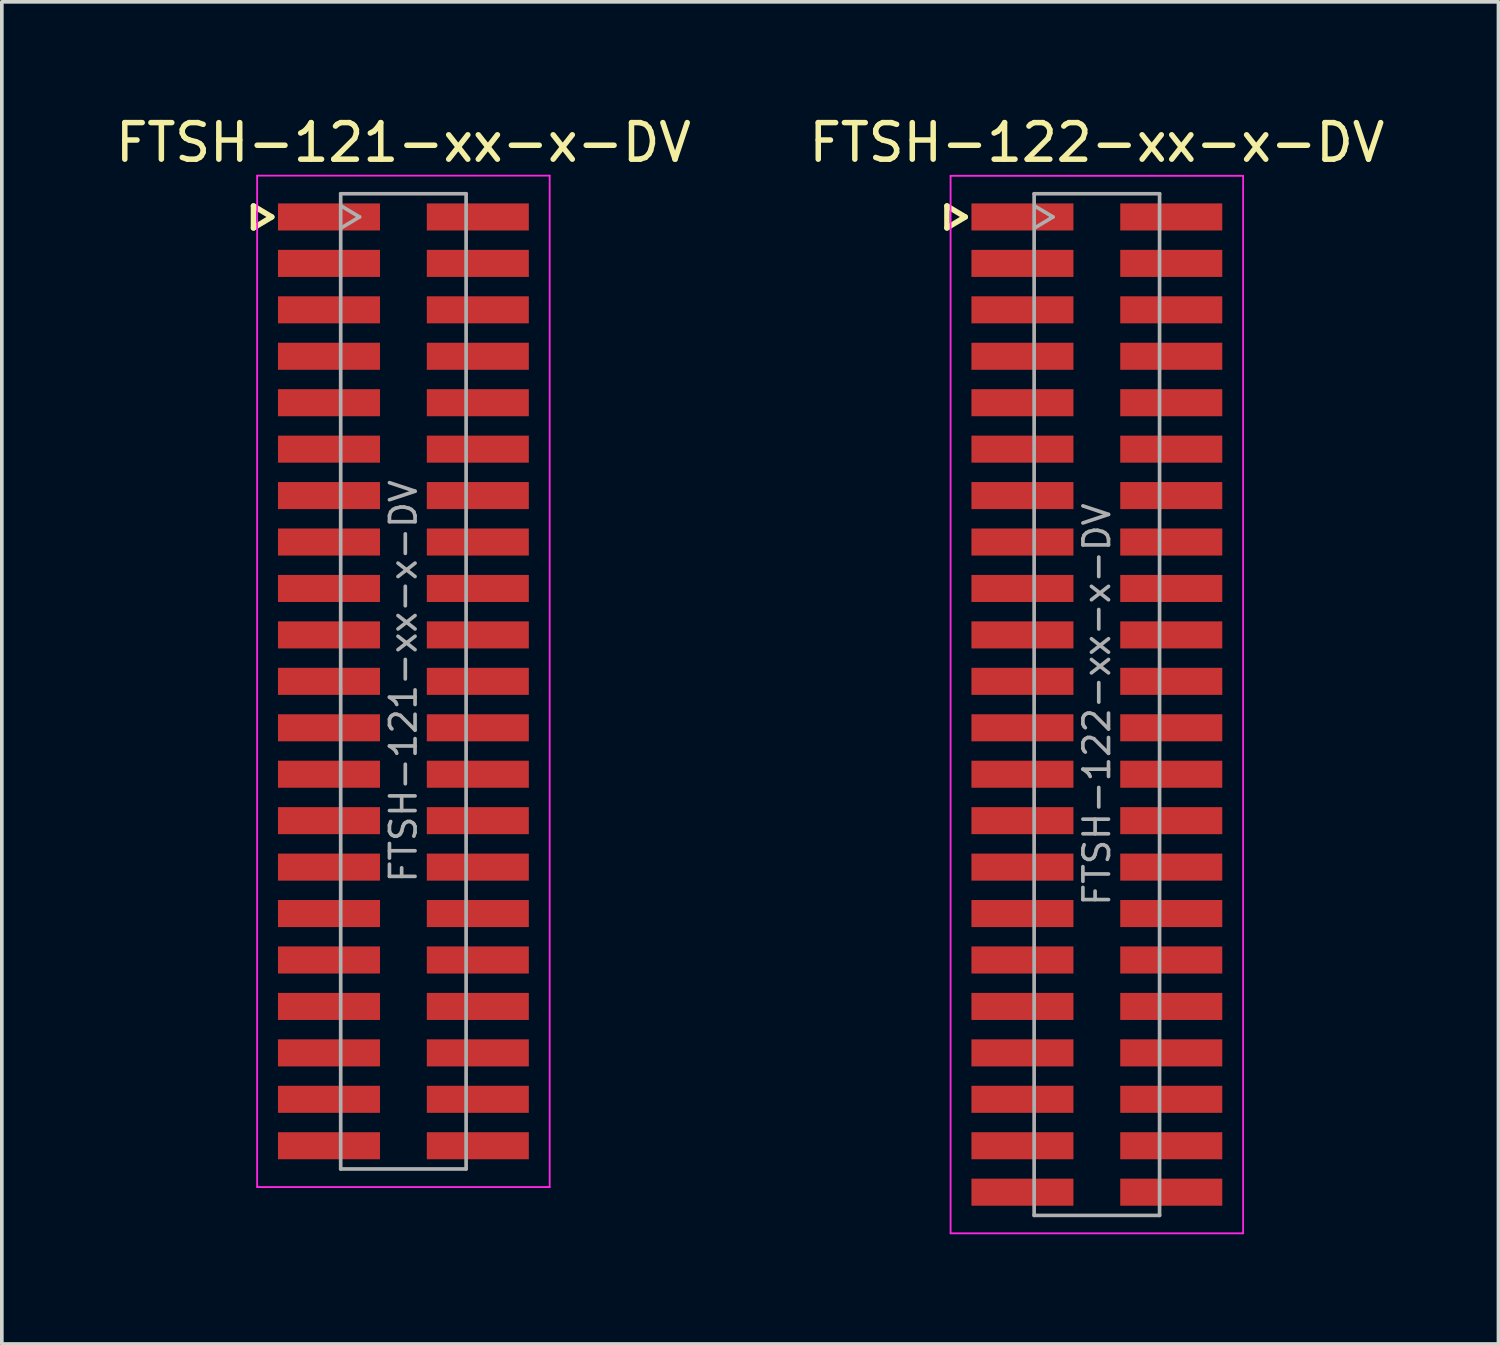
<source format=kicad_pcb>
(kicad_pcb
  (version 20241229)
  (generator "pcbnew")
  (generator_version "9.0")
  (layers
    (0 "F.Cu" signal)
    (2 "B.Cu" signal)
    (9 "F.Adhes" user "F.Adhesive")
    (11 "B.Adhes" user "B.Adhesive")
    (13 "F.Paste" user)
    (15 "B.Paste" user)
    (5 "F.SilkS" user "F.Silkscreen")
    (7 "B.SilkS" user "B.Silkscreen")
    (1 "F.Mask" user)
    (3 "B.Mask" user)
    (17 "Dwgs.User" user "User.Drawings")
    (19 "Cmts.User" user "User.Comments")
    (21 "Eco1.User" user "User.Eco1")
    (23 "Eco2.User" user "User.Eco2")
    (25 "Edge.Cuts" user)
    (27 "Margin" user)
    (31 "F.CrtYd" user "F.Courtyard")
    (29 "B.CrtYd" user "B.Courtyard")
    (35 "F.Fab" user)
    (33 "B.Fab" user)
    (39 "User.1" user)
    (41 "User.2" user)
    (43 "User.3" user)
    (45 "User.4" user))
  (footprint "FTSH-121-xx-x-DV"
    (layer "F.Cu")
    (at 7.982 15.583)
    (property "Reference" "FTSH-121-xx-x-DV" (at 0 -14.735 0) (layer "F.SilkS") (effects (font (size 1 1) (thickness 0.15))))
    (attr smd)
    (fp_line (start -4.1 -13) (end -4.1 -12.4) (stroke (width 0.15) (type solid)) (layer "F.SilkS"))
    (fp_line (start -4.1 -12.4) (end -3.6 -12.7) (stroke (width 0.15) (type solid)) (layer "F.SilkS"))
    (fp_line (start -3.6 -12.7) (end -4.1 -13) (stroke (width 0.15) (type solid)) (layer "F.SilkS"))
    (fp_line (start -4 -13.83) (end 4 -13.83) (stroke (width 0.05) (type solid)) (layer "F.CrtYd"))
    (fp_line (start -4 13.83) (end -4 -13.83) (stroke (width 0.05) (type solid)) (layer "F.CrtYd"))
    (fp_line (start 4 -13.83) (end 4 13.83) (stroke (width 0.05) (type solid)) (layer "F.CrtYd"))
    (fp_line (start 4 13.83) (end -4 13.83) (stroke (width 0.05) (type solid)) (layer "F.CrtYd"))
    (fp_line (start -1.715 -13.335) (end -1.715 13.335) (stroke (width 0.1) (type solid)) (layer "F.Fab"))
    (fp_line (start -1.715 -13.335) (end 1.715 -13.335) (stroke (width 0.1) (type solid)) (layer "F.Fab"))
    (fp_line (start -1.715 13.335) (end 1.715 13.335) (stroke (width 0.1) (type solid)) (layer "F.Fab"))
    (fp_line (start -1.7 -12.4) (end -1.2 -12.7) (stroke (width 0.1) (type solid)) (layer "F.Fab"))
    (fp_line (start -1.2 -12.7) (end -1.7 -13) (stroke (width 0.1) (type solid)) (layer "F.Fab"))
    (fp_line (start 1.715 -13.335) (end 1.715 13.335) (stroke (width 0.1) (type solid)) (layer "F.Fab"))
    (fp_text user "${REFERENCE}" (at 0 0 270) (layer "F.Fab") (effects (font (size 0.7 0.7) (thickness 0.1))))
    (pad "1" smd rect (at -2.035 -12.7) (size 2.79 0.74) (layers "F.Cu" "F.Mask" "F.Paste"))
    (pad "2" smd rect (at 2.035 -12.7) (size 2.79 0.74) (layers "F.Cu" "F.Mask" "F.Paste"))
    (pad "3" smd rect (at -2.035 -11.43) (size 2.79 0.74) (layers "F.Cu" "F.Mask" "F.Paste"))
    (pad "4" smd rect (at 2.035 -11.43) (size 2.79 0.74) (layers "F.Cu" "F.Mask" "F.Paste"))
    (pad "5" smd rect (at -2.035 -10.16) (size 2.79 0.74) (layers "F.Cu" "F.Mask" "F.Paste"))
    (pad "6" smd rect (at 2.035 -10.16) (size 2.79 0.74) (layers "F.Cu" "F.Mask" "F.Paste"))
    (pad "7" smd rect (at -2.035 -8.89) (size 2.79 0.74) (layers "F.Cu" "F.Mask" "F.Paste"))
    (pad "8" smd rect (at 2.035 -8.89) (size 2.79 0.74) (layers "F.Cu" "F.Mask" "F.Paste"))
    (pad "9" smd rect (at -2.035 -7.62) (size 2.79 0.74) (layers "F.Cu" "F.Mask" "F.Paste"))
    (pad "10" smd rect (at 2.035 -7.62) (size 2.79 0.74) (layers "F.Cu" "F.Mask" "F.Paste"))
    (pad "11" smd rect (at -2.035 -6.35) (size 2.79 0.74) (layers "F.Cu" "F.Mask" "F.Paste"))
    (pad "12" smd rect (at 2.035 -6.35) (size 2.79 0.74) (layers "F.Cu" "F.Mask" "F.Paste"))
    (pad "13" smd rect (at -2.035 -5.08) (size 2.79 0.74) (layers "F.Cu" "F.Mask" "F.Paste"))
    (pad "14" smd rect (at 2.035 -5.08) (size 2.79 0.74) (layers "F.Cu" "F.Mask" "F.Paste"))
    (pad "15" smd rect (at -2.035 -3.81) (size 2.79 0.74) (layers "F.Cu" "F.Mask" "F.Paste"))
    (pad "16" smd rect (at 2.035 -3.81) (size 2.79 0.74) (layers "F.Cu" "F.Mask" "F.Paste"))
    (pad "17" smd rect (at -2.035 -2.54) (size 2.79 0.74) (layers "F.Cu" "F.Mask" "F.Paste"))
    (pad "18" smd rect (at 2.035 -2.54) (size 2.79 0.74) (layers "F.Cu" "F.Mask" "F.Paste"))
    (pad "19" smd rect (at -2.035 -1.27) (size 2.79 0.74) (layers "F.Cu" "F.Mask" "F.Paste"))
    (pad "20" smd rect (at 2.035 -1.27) (size 2.79 0.74) (layers "F.Cu" "F.Mask" "F.Paste"))
    (pad "21" smd rect (at -2.035 0) (size 2.79 0.74) (layers "F.Cu" "F.Mask" "F.Paste"))
    (pad "22" smd rect (at 2.035 0) (size 2.79 0.74) (layers "F.Cu" "F.Mask" "F.Paste"))
    (pad "23" smd rect (at -2.035 1.27) (size 2.79 0.74) (layers "F.Cu" "F.Mask" "F.Paste"))
    (pad "24" smd rect (at 2.035 1.27) (size 2.79 0.74) (layers "F.Cu" "F.Mask" "F.Paste"))
    (pad "25" smd rect (at -2.035 2.54) (size 2.79 0.74) (layers "F.Cu" "F.Mask" "F.Paste"))
    (pad "26" smd rect (at 2.035 2.54) (size 2.79 0.74) (layers "F.Cu" "F.Mask" "F.Paste"))
    (pad "27" smd rect (at -2.035 3.81) (size 2.79 0.74) (layers "F.Cu" "F.Mask" "F.Paste"))
    (pad "28" smd rect (at 2.035 3.81) (size 2.79 0.74) (layers "F.Cu" "F.Mask" "F.Paste"))
    (pad "29" smd rect (at -2.035 5.08) (size 2.79 0.74) (layers "F.Cu" "F.Mask" "F.Paste"))
    (pad "30" smd rect (at 2.035 5.08) (size 2.79 0.74) (layers "F.Cu" "F.Mask" "F.Paste"))
    (pad "31" smd rect (at -2.035 6.35) (size 2.79 0.74) (layers "F.Cu" "F.Mask" "F.Paste"))
    (pad "32" smd rect (at 2.035 6.35) (size 2.79 0.74) (layers "F.Cu" "F.Mask" "F.Paste"))
    (pad "33" smd rect (at -2.035 7.62) (size 2.79 0.74) (layers "F.Cu" "F.Mask" "F.Paste"))
    (pad "34" smd rect (at 2.035 7.62) (size 2.79 0.74) (layers "F.Cu" "F.Mask" "F.Paste"))
    (pad "35" smd rect (at -2.035 8.89) (size 2.79 0.74) (layers "F.Cu" "F.Mask" "F.Paste"))
    (pad "36" smd rect (at 2.035 8.89) (size 2.79 0.74) (layers "F.Cu" "F.Mask" "F.Paste"))
    (pad "37" smd rect (at -2.035 10.16) (size 2.79 0.74) (layers "F.Cu" "F.Mask" "F.Paste"))
    (pad "38" smd rect (at 2.035 10.16) (size 2.79 0.74) (layers "F.Cu" "F.Mask" "F.Paste"))
    (pad "39" smd rect (at -2.035 11.43) (size 2.79 0.74) (layers "F.Cu" "F.Mask" "F.Paste"))
    (pad "40" smd rect (at 2.035 11.43) (size 2.79 0.74) (layers "F.Cu" "F.Mask" "F.Paste"))
    (pad "41" smd rect (at -2.035 12.7) (size 2.79 0.74) (layers "F.Cu" "F.Mask" "F.Paste"))
    (pad "42" smd rect (at 2.035 12.7) (size 2.79 0.74) (layers "F.Cu" "F.Mask" "F.Paste")))
  (footprint "FTSH-122-xx-x-DV"
    (layer "F.Cu")
    (at 26.946 16.218)
    (property "Reference" "FTSH-122-xx-x-DV" (at 0 -15.37 0) (layer "F.SilkS") (effects (font (size 1 1) (thickness 0.15))))
    (attr smd)
    (fp_line (start -4.1 -13.635) (end -4.1 -13.035) (stroke (width 0.15) (type solid)) (layer "F.SilkS"))
    (fp_line (start -4.1 -13.035) (end -3.6 -13.335) (stroke (width 0.15) (type solid)) (layer "F.SilkS"))
    (fp_line (start -3.6 -13.335) (end -4.1 -13.635) (stroke (width 0.15) (type solid)) (layer "F.SilkS"))
    (fp_line (start -4 -14.46) (end 4 -14.46) (stroke (width 0.05) (type solid)) (layer "F.CrtYd"))
    (fp_line (start -4 14.46) (end -4 -14.46) (stroke (width 0.05) (type solid)) (layer "F.CrtYd"))
    (fp_line (start 4 -14.46) (end 4 14.46) (stroke (width 0.05) (type solid)) (layer "F.CrtYd"))
    (fp_line (start 4 14.46) (end -4 14.46) (stroke (width 0.05) (type solid)) (layer "F.CrtYd"))
    (fp_line (start -1.715 -13.97) (end -1.715 13.97) (stroke (width 0.1) (type solid)) (layer "F.Fab"))
    (fp_line (start -1.715 -13.97) (end 1.715 -13.97) (stroke (width 0.1) (type solid)) (layer "F.Fab"))
    (fp_line (start -1.715 13.97) (end 1.715 13.97) (stroke (width 0.1) (type solid)) (layer "F.Fab"))
    (fp_line (start -1.7 -13.035) (end -1.2 -13.335) (stroke (width 0.1) (type solid)) (layer "F.Fab"))
    (fp_line (start -1.2 -13.335) (end -1.7 -13.635) (stroke (width 0.1) (type solid)) (layer "F.Fab"))
    (fp_line (start 1.715 -13.97) (end 1.715 13.97) (stroke (width 0.1) (type solid)) (layer "F.Fab"))
    (fp_text user "${REFERENCE}" (at 0 0 270) (layer "F.Fab") (effects (font (size 0.7 0.7) (thickness 0.1))))
    (pad "1" smd rect (at -2.035 -13.335) (size 2.79 0.74) (layers "F.Cu" "F.Mask" "F.Paste"))
    (pad "2" smd rect (at 2.035 -13.335) (size 2.79 0.74) (layers "F.Cu" "F.Mask" "F.Paste"))
    (pad "3" smd rect (at -2.035 -12.065) (size 2.79 0.74) (layers "F.Cu" "F.Mask" "F.Paste"))
    (pad "4" smd rect (at 2.035 -12.065) (size 2.79 0.74) (layers "F.Cu" "F.Mask" "F.Paste"))
    (pad "5" smd rect (at -2.035 -10.795) (size 2.79 0.74) (layers "F.Cu" "F.Mask" "F.Paste"))
    (pad "6" smd rect (at 2.035 -10.795) (size 2.79 0.74) (layers "F.Cu" "F.Mask" "F.Paste"))
    (pad "7" smd rect (at -2.035 -9.525) (size 2.79 0.74) (layers "F.Cu" "F.Mask" "F.Paste"))
    (pad "8" smd rect (at 2.035 -9.525) (size 2.79 0.74) (layers "F.Cu" "F.Mask" "F.Paste"))
    (pad "9" smd rect (at -2.035 -8.255) (size 2.79 0.74) (layers "F.Cu" "F.Mask" "F.Paste"))
    (pad "10" smd rect (at 2.035 -8.255) (size 2.79 0.74) (layers "F.Cu" "F.Mask" "F.Paste"))
    (pad "11" smd rect (at -2.035 -6.985) (size 2.79 0.74) (layers "F.Cu" "F.Mask" "F.Paste"))
    (pad "12" smd rect (at 2.035 -6.985) (size 2.79 0.74) (layers "F.Cu" "F.Mask" "F.Paste"))
    (pad "13" smd rect (at -2.035 -5.715) (size 2.79 0.74) (layers "F.Cu" "F.Mask" "F.Paste"))
    (pad "14" smd rect (at 2.035 -5.715) (size 2.79 0.74) (layers "F.Cu" "F.Mask" "F.Paste"))
    (pad "15" smd rect (at -2.035 -4.445) (size 2.79 0.74) (layers "F.Cu" "F.Mask" "F.Paste"))
    (pad "16" smd rect (at 2.035 -4.445) (size 2.79 0.74) (layers "F.Cu" "F.Mask" "F.Paste"))
    (pad "17" smd rect (at -2.035 -3.175) (size 2.79 0.74) (layers "F.Cu" "F.Mask" "F.Paste"))
    (pad "18" smd rect (at 2.035 -3.175) (size 2.79 0.74) (layers "F.Cu" "F.Mask" "F.Paste"))
    (pad "19" smd rect (at -2.035 -1.905) (size 2.79 0.74) (layers "F.Cu" "F.Mask" "F.Paste"))
    (pad "20" smd rect (at 2.035 -1.905) (size 2.79 0.74) (layers "F.Cu" "F.Mask" "F.Paste"))
    (pad "21" smd rect (at -2.035 -0.635) (size 2.79 0.74) (layers "F.Cu" "F.Mask" "F.Paste"))
    (pad "22" smd rect (at 2.035 -0.635) (size 2.79 0.74) (layers "F.Cu" "F.Mask" "F.Paste"))
    (pad "23" smd rect (at -2.035 0.635) (size 2.79 0.74) (layers "F.Cu" "F.Mask" "F.Paste"))
    (pad "24" smd rect (at 2.035 0.635) (size 2.79 0.74) (layers "F.Cu" "F.Mask" "F.Paste"))
    (pad "25" smd rect (at -2.035 1.905) (size 2.79 0.74) (layers "F.Cu" "F.Mask" "F.Paste"))
    (pad "26" smd rect (at 2.035 1.905) (size 2.79 0.74) (layers "F.Cu" "F.Mask" "F.Paste"))
    (pad "27" smd rect (at -2.035 3.175) (size 2.79 0.74) (layers "F.Cu" "F.Mask" "F.Paste"))
    (pad "28" smd rect (at 2.035 3.175) (size 2.79 0.74) (layers "F.Cu" "F.Mask" "F.Paste"))
    (pad "29" smd rect (at -2.035 4.445) (size 2.79 0.74) (layers "F.Cu" "F.Mask" "F.Paste"))
    (pad "30" smd rect (at 2.035 4.445) (size 2.79 0.74) (layers "F.Cu" "F.Mask" "F.Paste"))
    (pad "31" smd rect (at -2.035 5.715) (size 2.79 0.74) (layers "F.Cu" "F.Mask" "F.Paste"))
    (pad "32" smd rect (at 2.035 5.715) (size 2.79 0.74) (layers "F.Cu" "F.Mask" "F.Paste"))
    (pad "33" smd rect (at -2.035 6.985) (size 2.79 0.74) (layers "F.Cu" "F.Mask" "F.Paste"))
    (pad "34" smd rect (at 2.035 6.985) (size 2.79 0.74) (layers "F.Cu" "F.Mask" "F.Paste"))
    (pad "35" smd rect (at -2.035 8.255) (size 2.79 0.74) (layers "F.Cu" "F.Mask" "F.Paste"))
    (pad "36" smd rect (at 2.035 8.255) (size 2.79 0.74) (layers "F.Cu" "F.Mask" "F.Paste"))
    (pad "37" smd rect (at -2.035 9.525) (size 2.79 0.74) (layers "F.Cu" "F.Mask" "F.Paste"))
    (pad "38" smd rect (at 2.035 9.525) (size 2.79 0.74) (layers "F.Cu" "F.Mask" "F.Paste"))
    (pad "39" smd rect (at -2.035 10.795) (size 2.79 0.74) (layers "F.Cu" "F.Mask" "F.Paste"))
    (pad "40" smd rect (at 2.035 10.795) (size 2.79 0.74) (layers "F.Cu" "F.Mask" "F.Paste"))
    (pad "41" smd rect (at -2.035 12.065) (size 2.79 0.74) (layers "F.Cu" "F.Mask" "F.Paste"))
    (pad "42" smd rect (at 2.035 12.065) (size 2.79 0.74) (layers "F.Cu" "F.Mask" "F.Paste"))
    (pad "43" smd rect (at -2.035 13.335) (size 2.79 0.74) (layers "F.Cu" "F.Mask" "F.Paste"))
    (pad "44" smd rect (at 2.035 13.335) (size 2.79 0.74) (layers "F.Cu" "F.Mask" "F.Paste")))
  (gr_rect
    (start -3 -3)
    (end 37.929 33.703)
    (stroke (width 0.1) (type default))
    (fill no)
    (layer "Edge.Cuts")))
</source>
